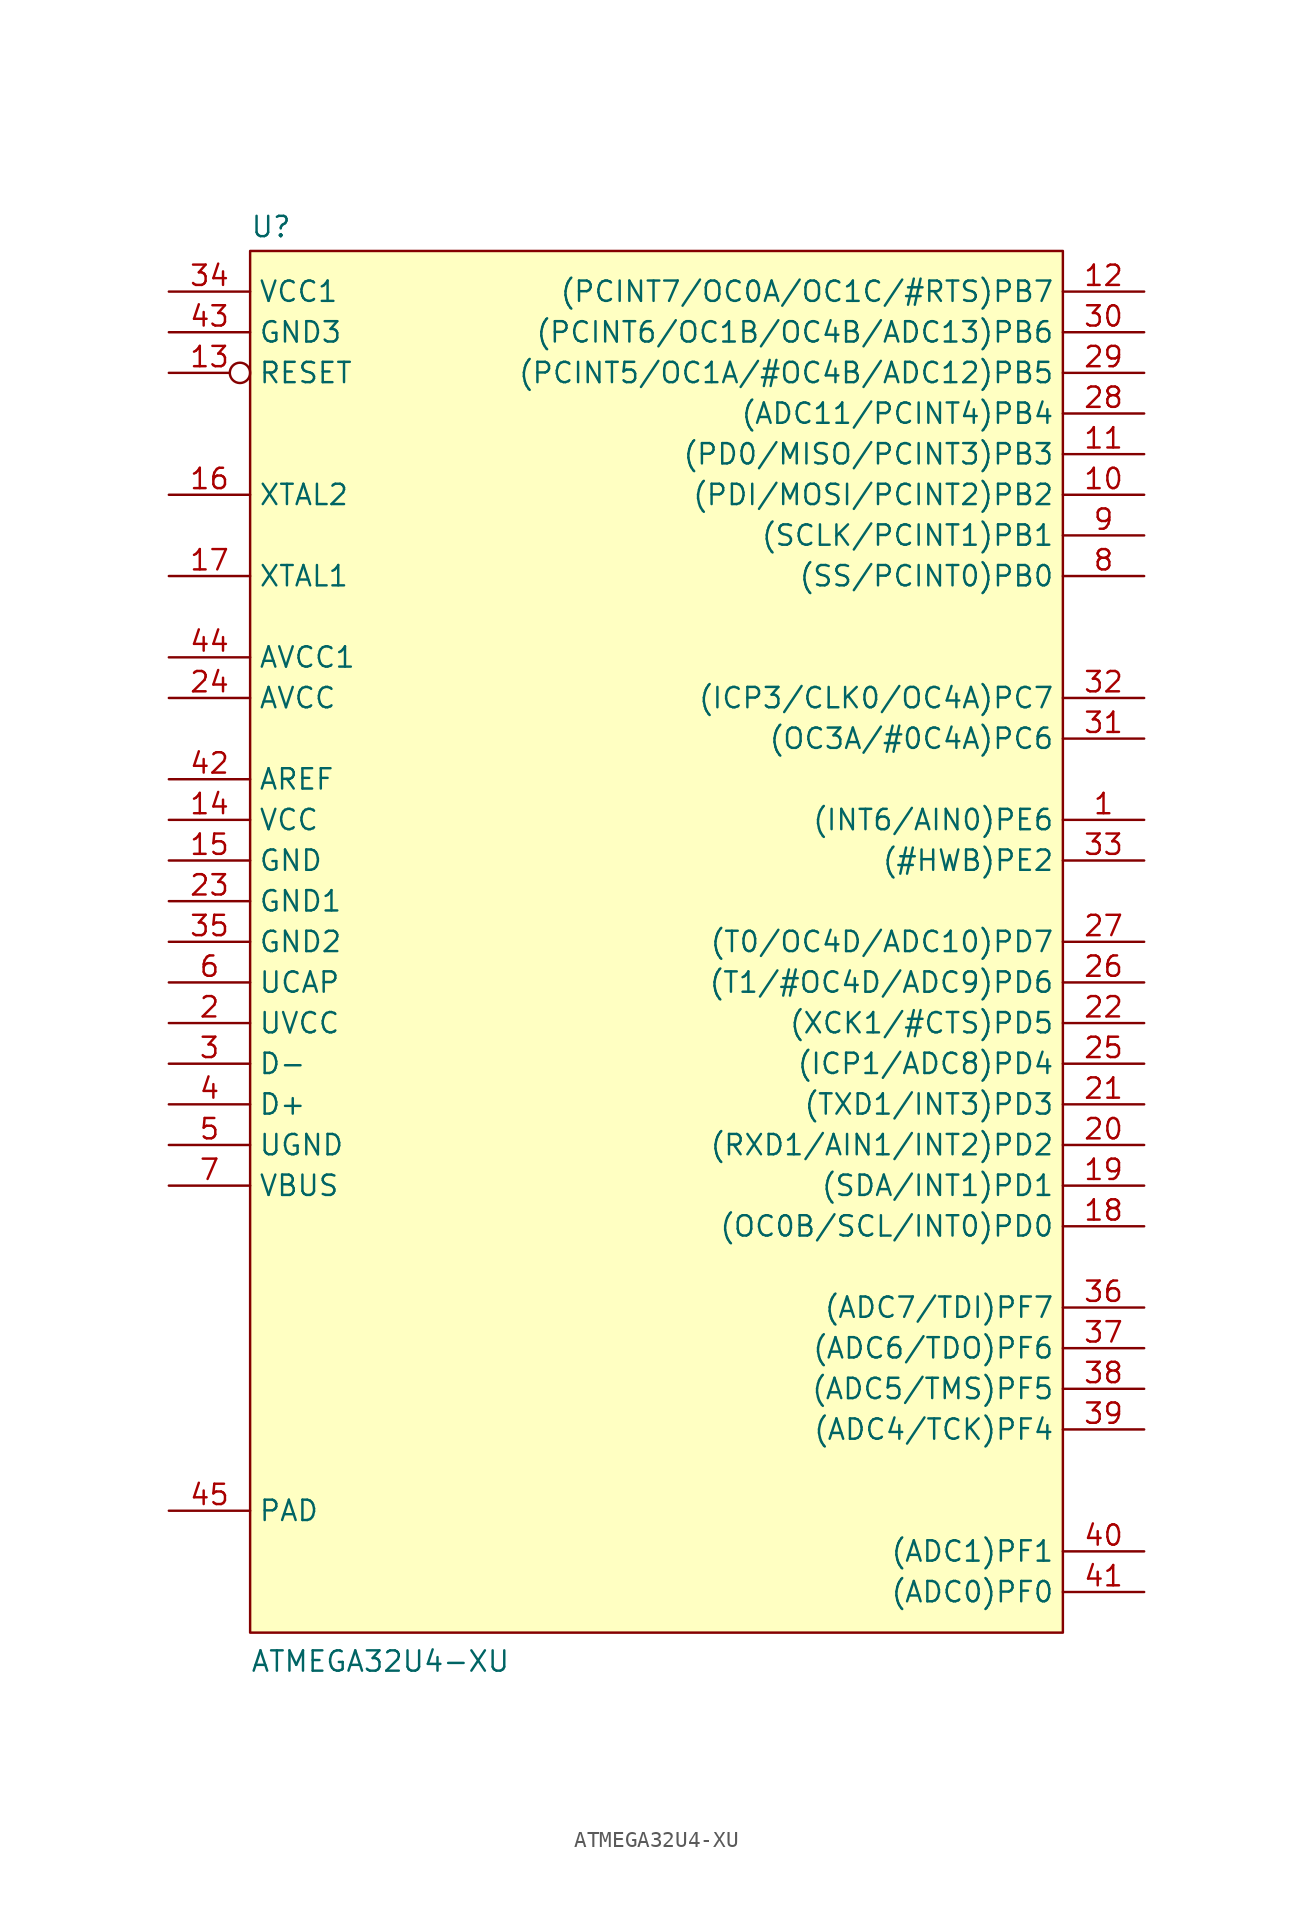
<source format=kicad_sym>
(kicad_symbol_lib
  (version 20231120)
  (generator "kicad_symbol_editor")
  (generator_version "8.0")
  (symbol "ATMEGA32U4-XU"
    (property "Reference" "U"
      (at 0 87.122 0)
      (effects (font (size 1.27 1.27)) (justify left bottom)))
    (property "Value" "ATMEGA32U4-XU"
      (at 0 -2.54 0)
      (effects (font (size 1.27 1.27)) (justify left bottom)))
    (symbol "ATMEGA32U4-XU_1_0"
      (pin bidirectional line (at 55.88 50.8 180) (length 5.08) (name "(INT6/AIN0)PE6" (effects (font (size 1.27 1.27)))) (number "1" (effects (font (size 1.27 1.27)))))
      (pin bidirectional line (at 55.88 71.12 180) (length 5.08) (name "(PDI/MOSI/PCINT2)PB2" (effects (font (size 1.27 1.27)))) (number "10" (effects (font (size 1.27 1.27)))))
      (pin bidirectional line (at 55.88 73.66 180) (length 5.08) (name "(PD0/MISO/PCINT3)PB3" (effects (font (size 1.27 1.27)))) (number "11" (effects (font (size 1.27 1.27)))))
      (pin bidirectional line (at 55.88 83.82 180) (length 5.08) (name "(PCINT7/OC0A/OC1C/#RTS)PB7" (effects (font (size 1.27 1.27)))) (number "12" (effects (font (size 1.27 1.27)))))
      (pin input inverted (at -5.08 78.74 0) (length 5.08) (name "RESET" (effects (font (size 1.27 1.27)))) (number "13" (effects (font (size 1.27 1.27)))))
      (pin power_in line (at -5.08 50.8 0) (length 5.08) (name "VCC" (effects (font (size 1.27 1.27)))) (number "14" (effects (font (size 1.27 1.27)))))
      (pin power_in line (at -5.08 48.26 0) (length 5.08) (name "GND" (effects (font (size 1.27 1.27)))) (number "15" (effects (font (size 1.27 1.27)))))
      (pin bidirectional line (at -5.08 71.12 0) (length 5.08) (name "XTAL2" (effects (font (size 1.27 1.27)))) (number "16" (effects (font (size 1.27 1.27)))))
      (pin bidirectional line (at -5.08 66.04 0) (length 5.08) (name "XTAL1" (effects (font (size 1.27 1.27)))) (number "17" (effects (font (size 1.27 1.27)))))
      (pin bidirectional line (at 55.88 25.4 180) (length 5.08) (name "(OC0B/SCL/INT0)PD0" (effects (font (size 1.27 1.27)))) (number "18" (effects (font (size 1.27 1.27)))))
      (pin bidirectional line (at 55.88 27.94 180) (length 5.08) (name "(SDA/INT1)PD1" (effects (font (size 1.27 1.27)))) (number "19" (effects (font (size 1.27 1.27)))))
      (pin power_in line (at -5.08 38.1 0) (length 5.08) (name "UVCC" (effects (font (size 1.27 1.27)))) (number "2" (effects (font (size 1.27 1.27)))))
      (pin bidirectional line (at 55.88 30.48 180) (length 5.08) (name "(RXD1/AIN1/INT2)PD2" (effects (font (size 1.27 1.27)))) (number "20" (effects (font (size 1.27 1.27)))))
      (pin bidirectional line (at 55.88 33.02 180) (length 5.08) (name "(TXD1/INT3)PD3" (effects (font (size 1.27 1.27)))) (number "21" (effects (font (size 1.27 1.27)))))
      (pin bidirectional line (at 55.88 38.1 180) (length 5.08) (name "(XCK1/#CTS)PD5" (effects (font (size 1.27 1.27)))) (number "22" (effects (font (size 1.27 1.27)))))
      (pin power_in line (at -5.08 45.72 0) (length 5.08) (name "GND1" (effects (font (size 1.27 1.27)))) (number "23" (effects (font (size 1.27 1.27)))))
      (pin power_in line (at -5.08 58.42 0) (length 5.08) (name "AVCC" (effects (font (size 1.27 1.27)))) (number "24" (effects (font (size 1.27 1.27)))))
      (pin bidirectional line (at 55.88 35.56 180) (length 5.08) (name "(ICP1/ADC8)PD4" (effects (font (size 1.27 1.27)))) (number "25" (effects (font (size 1.27 1.27)))))
      (pin bidirectional line (at 55.88 40.64 180) (length 5.08) (name "(T1/#OC4D/ADC9)PD6" (effects (font (size 1.27 1.27)))) (number "26" (effects (font (size 1.27 1.27)))))
      (pin bidirectional line (at 55.88 43.18 180) (length 5.08) (name "(T0/OC4D/ADC10)PD7" (effects (font (size 1.27 1.27)))) (number "27" (effects (font (size 1.27 1.27)))))
      (pin bidirectional line (at 55.88 76.2 180) (length 5.08) (name "(ADC11/PCINT4)PB4" (effects (font (size 1.27 1.27)))) (number "28" (effects (font (size 1.27 1.27)))))
      (pin bidirectional line (at 55.88 78.74 180) (length 5.08) (name "(PCINT5/OC1A/#OC4B/ADC12)PB5" (effects (font (size 1.27 1.27)))) (number "29" (effects (font (size 1.27 1.27)))))
      (pin bidirectional line (at -5.08 35.56 0) (length 5.08) (name "D-" (effects (font (size 1.27 1.27)))) (number "3" (effects (font (size 1.27 1.27)))))
      (pin bidirectional line (at 55.88 81.28 180) (length 5.08) (name "(PCINT6/OC1B/OC4B/ADC13)PB6" (effects (font (size 1.27 1.27)))) (number "30" (effects (font (size 1.27 1.27)))))
      (pin bidirectional line (at 55.88 55.88 180) (length 5.08) (name "(OC3A/#0C4A)PC6" (effects (font (size 1.27 1.27)))) (number "31" (effects (font (size 1.27 1.27)))))
      (pin bidirectional line (at 55.88 58.42 180) (length 5.08) (name "(ICP3/CLK0/OC4A)PC7" (effects (font (size 1.27 1.27)))) (number "32" (effects (font (size 1.27 1.27)))))
      (pin bidirectional line (at 55.88 48.26 180) (length 5.08) (name "(#HWB)PE2" (effects (font (size 1.27 1.27)))) (number "33" (effects (font (size 1.27 1.27)))))
      (pin power_in line (at -5.08 83.82 0) (length 5.08) (name "VCC1" (effects (font (size 1.27 1.27)))) (number "34" (effects (font (size 1.27 1.27)))))
      (pin power_in line (at -5.08 43.18 0) (length 5.08) (name "GND2" (effects (font (size 1.27 1.27)))) (number "35" (effects (font (size 1.27 1.27)))))
      (pin bidirectional line (at 55.88 20.32 180) (length 5.08) (name "(ADC7/TDI)PF7" (effects (font (size 1.27 1.27)))) (number "36" (effects (font (size 1.27 1.27)))))
      (pin bidirectional line (at 55.88 17.78 180) (length 5.08) (name "(ADC6/TDO)PF6" (effects (font (size 1.27 1.27)))) (number "37" (effects (font (size 1.27 1.27)))))
      (pin bidirectional line (at 55.88 15.24 180) (length 5.08) (name "(ADC5/TMS)PF5" (effects (font (size 1.27 1.27)))) (number "38" (effects (font (size 1.27 1.27)))))
      (pin bidirectional line (at 55.88 12.7 180) (length 5.08) (name "(ADC4/TCK)PF4" (effects (font (size 1.27 1.27)))) (number "39" (effects (font (size 1.27 1.27)))))
      (pin bidirectional line (at -5.08 33.02 0) (length 5.08) (name "D+" (effects (font (size 1.27 1.27)))) (number "4" (effects (font (size 1.27 1.27)))))
      (pin bidirectional line (at 55.88 5.08 180) (length 5.08) (name "(ADC1)PF1" (effects (font (size 1.27 1.27)))) (number "40" (effects (font (size 1.27 1.27)))))
      (pin bidirectional line (at 55.88 2.54 180) (length 5.08) (name "(ADC0)PF0" (effects (font (size 1.27 1.27)))) (number "41" (effects (font (size 1.27 1.27)))))
      (pin power_in line (at -5.08 53.34 0) (length 5.08) (name "AREF" (effects (font (size 1.27 1.27)))) (number "42" (effects (font (size 1.27 1.27)))))
      (pin power_in line (at -5.08 81.28 0) (length 5.08) (name "GND3" (effects (font (size 1.27 1.27)))) (number "43" (effects (font (size 1.27 1.27)))))
      (pin power_in line (at -5.08 60.96 0) (length 5.08) (name "AVCC1" (effects (font (size 1.27 1.27)))) (number "44" (effects (font (size 1.27 1.27)))))
      (pin power_in line (at -5.08 7.62 0) (length 5.08) (name "PAD" (effects (font (size 1.27 1.27)))) (number "45" (effects (font (size 1.27 1.27)))))
      (pin power_in line (at -5.08 30.48 0) (length 5.08) (name "UGND" (effects (font (size 1.27 1.27)))) (number "5" (effects (font (size 1.27 1.27)))))
      (pin passive line (at -5.08 40.64 0) (length 5.08) (name "UCAP" (effects (font (size 1.27 1.27)))) (number "6" (effects (font (size 1.27 1.27)))))
      (pin input line (at -5.08 27.94 0) (length 5.08) (name "VBUS" (effects (font (size 1.27 1.27)))) (number "7" (effects (font (size 1.27 1.27)))))
      (pin bidirectional line (at 55.88 66.04 180) (length 5.08) (name "(SS/PCINT0)PB0" (effects (font (size 1.27 1.27)))) (number "8" (effects (font (size 1.27 1.27)))))
      (pin bidirectional line (at 55.88 68.58 180) (length 5.08) (name "(SCLK/PCINT1)PB1" (effects (font (size 1.27 1.27)))) (number "9" (effects (font (size 1.27 1.27))))))
    (symbol "ATMEGA32U4-XU_1_1"
      (rectangle (start 0 86.36) (end 50.8 0) (stroke (width 0) (type default)) (fill (type background))))))
</source>
